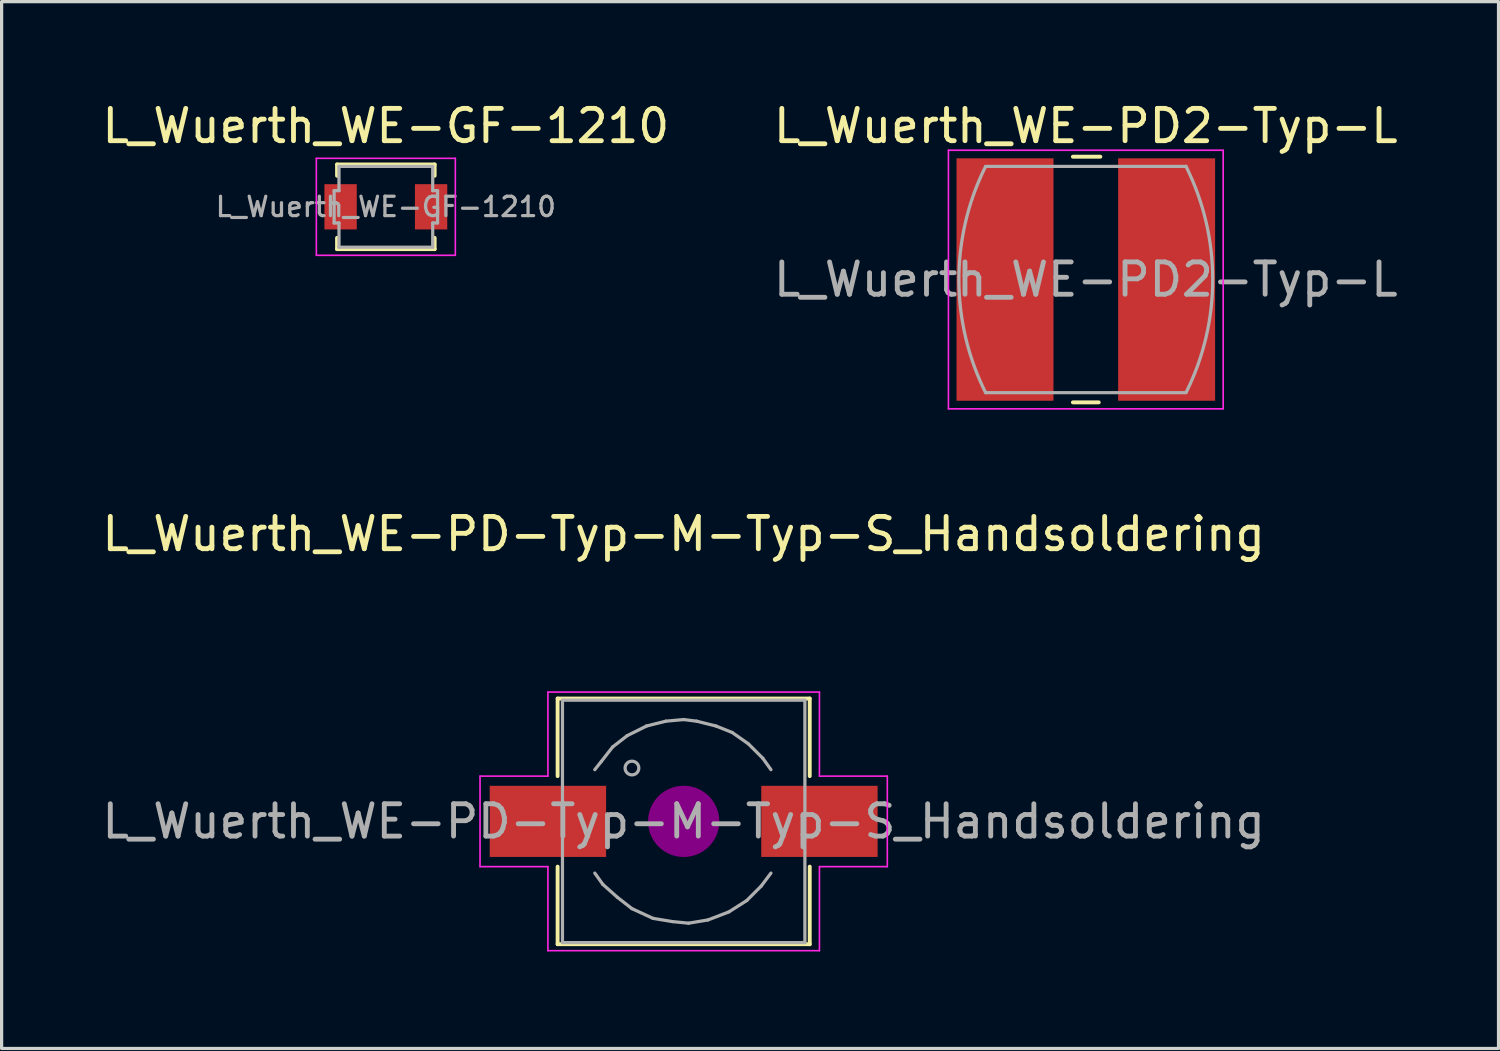
<source format=kicad_pcb>
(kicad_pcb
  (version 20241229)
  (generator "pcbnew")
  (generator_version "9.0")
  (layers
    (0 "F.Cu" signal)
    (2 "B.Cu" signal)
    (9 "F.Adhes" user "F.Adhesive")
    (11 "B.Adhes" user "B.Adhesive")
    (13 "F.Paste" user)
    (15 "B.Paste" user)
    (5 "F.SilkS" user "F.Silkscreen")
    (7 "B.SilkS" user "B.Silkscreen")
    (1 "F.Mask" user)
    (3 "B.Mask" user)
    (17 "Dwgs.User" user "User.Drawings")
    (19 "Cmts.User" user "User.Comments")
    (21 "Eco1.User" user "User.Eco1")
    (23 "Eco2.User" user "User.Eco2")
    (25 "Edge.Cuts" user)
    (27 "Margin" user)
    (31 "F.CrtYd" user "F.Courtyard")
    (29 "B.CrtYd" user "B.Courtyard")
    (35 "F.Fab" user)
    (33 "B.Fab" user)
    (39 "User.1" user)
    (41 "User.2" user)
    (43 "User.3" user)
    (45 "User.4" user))
  (footprint "L_Wuerth_WE-PD-Typ-M-Typ-S_Handsoldering"
    (layer "F.Cu")
    (at 18.101 22.361)
    (property "Reference" "L_Wuerth_WE-PD-Typ-M-Typ-S_Handsoldering" (at 0 -8.89 0) (layer "F.SilkS") (effects (font (size 1 1) (thickness 0.15))))
    (attr smd)
    (fp_line (start -3.9 -1.4) (end -3.9 -3.8) (stroke (width 0.12) (type solid)) (layer "F.SilkS"))
    (fp_line (start -3.9 1.4) (end -3.9 3.8) (stroke (width 0.12) (type solid)) (layer "F.SilkS"))
    (fp_line (start -3.9 3.8) (end 3.9 3.8) (stroke (width 0.12) (type solid)) (layer "F.SilkS"))
    (fp_line (start 3.9 -3.8) (end -3.9 -3.8) (stroke (width 0.12) (type solid)) (layer "F.SilkS"))
    (fp_line (start 3.9 -1.4) (end 3.9 -3.8) (stroke (width 0.12) (type solid)) (layer "F.SilkS"))
    (fp_line (start 3.9 3.8) (end 3.9 1.4) (stroke (width 0.12) (type solid)) (layer "F.SilkS"))
    (fp_circle (center 0 0) (end 0.15 0.15) (stroke (width 0.38) (type solid)) (fill no) (layer "F.Adhes"))
    (fp_circle (center 0 0) (end 0.55 0.05) (stroke (width 0.38) (type solid)) (fill no) (layer "F.Adhes"))
    (fp_circle (center 0 0) (end 0.9 0.15) (stroke (width 0.38) (type solid)) (fill no) (layer "F.Adhes"))
    (fp_line (start -6.3 -1.4) (end -6.3 1.4) (stroke (width 0.05) (type solid)) (layer "F.CrtYd"))
    (fp_line (start -6.3 1.4) (end -4.2 1.4) (stroke (width 0.05) (type solid)) (layer "F.CrtYd"))
    (fp_line (start -4.2 -4) (end -4.2 -1.4) (stroke (width 0.05) (type solid)) (layer "F.CrtYd"))
    (fp_line (start -4.2 -1.4) (end -6.3 -1.4) (stroke (width 0.05) (type solid)) (layer "F.CrtYd"))
    (fp_line (start -4.2 1.4) (end -4.2 4) (stroke (width 0.05) (type solid)) (layer "F.CrtYd"))
    (fp_line (start -4.2 4) (end 4.2 4) (stroke (width 0.05) (type solid)) (layer "F.CrtYd"))
    (fp_line (start 4.2 -4) (end -4.2 -4) (stroke (width 0.05) (type solid)) (layer "F.CrtYd"))
    (fp_line (start 4.2 -1.4) (end 4.2 -4) (stroke (width 0.05) (type solid)) (layer "F.CrtYd"))
    (fp_line (start 4.2 1.4) (end 6.3 1.4) (stroke (width 0.05) (type solid)) (layer "F.CrtYd"))
    (fp_line (start 4.2 4) (end 4.2 1.4) (stroke (width 0.05) (type solid)) (layer "F.CrtYd"))
    (fp_line (start 6.3 -1.4) (end 4.2 -1.4) (stroke (width 0.05) (type solid)) (layer "F.CrtYd"))
    (fp_line (start 6.3 1.4) (end 6.3 -1.4) (stroke (width 0.05) (type solid)) (layer "F.CrtYd"))
    (fp_line (start -3.75 -3.75) (end -3.75 3.75) (stroke (width 0.1) (type solid)) (layer "F.Fab"))
    (fp_line (start -3.75 3.75) (end 3.75 3.75) (stroke (width 0.1) (type solid)) (layer "F.Fab"))
    (fp_line (start -2.75 1.6) (end -2.5 1.95) (stroke (width 0.1) (type solid)) (layer "F.Fab"))
    (fp_line (start -2.55 -1.85) (end -2.75 -1.6) (stroke (width 0.1) (type solid)) (layer "F.Fab"))
    (fp_line (start -2.5 1.95) (end -2.05 2.35) (stroke (width 0.1) (type solid)) (layer "F.Fab"))
    (fp_line (start -2.2 -2.3) (end -2.55 -1.85) (stroke (width 0.1) (type solid)) (layer "F.Fab"))
    (fp_line (start -2.05 2.35) (end -1.6 2.7) (stroke (width 0.1) (type solid)) (layer "F.Fab"))
    (fp_line (start -1.75 -2.65) (end -2.2 -2.3) (stroke (width 0.1) (type solid)) (layer "F.Fab"))
    (fp_line (start -1.6 2.7) (end -0.95 3) (stroke (width 0.1) (type solid)) (layer "F.Fab"))
    (fp_line (start -1.15 -2.95) (end -1.75 -2.65) (stroke (width 0.1) (type solid)) (layer "F.Fab"))
    (fp_line (start -0.95 3) (end -0.35 3.1) (stroke (width 0.1) (type solid)) (layer "F.Fab"))
    (fp_line (start -0.55 -3.1) (end -1.15 -2.95) (stroke (width 0.1) (type solid)) (layer "F.Fab"))
    (fp_line (start -0.35 3.1) (end 0.15 3.15) (stroke (width 0.1) (type solid)) (layer "F.Fab"))
    (fp_line (start 0 -3.15) (end -0.55 -3.1) (stroke (width 0.1) (type solid)) (layer "F.Fab"))
    (fp_line (start 0.15 3.15) (end 0.75 3.05) (stroke (width 0.1) (type solid)) (layer "F.Fab"))
    (fp_line (start 0.4 -3.1) (end 0 -3.15) (stroke (width 0.1) (type solid)) (layer "F.Fab"))
    (fp_line (start 0.75 3.05) (end 1.4 2.8) (stroke (width 0.1) (type solid)) (layer "F.Fab"))
    (fp_line (start 1 -2.95) (end 0.4 -3.1) (stroke (width 0.1) (type solid)) (layer "F.Fab"))
    (fp_line (start 1.4 2.8) (end 1.95 2.45) (stroke (width 0.1) (type solid)) (layer "F.Fab"))
    (fp_line (start 1.5 -2.75) (end 1 -2.95) (stroke (width 0.1) (type solid)) (layer "F.Fab"))
    (fp_line (start 1.95 2.45) (end 2.4 2) (stroke (width 0.1) (type solid)) (layer "F.Fab"))
    (fp_line (start 2 -2.4) (end 1.5 -2.75) (stroke (width 0.1) (type solid)) (layer "F.Fab"))
    (fp_line (start 2.4 2) (end 2.7 1.6) (stroke (width 0.1) (type solid)) (layer "F.Fab"))
    (fp_line (start 2.45 -1.95) (end 2 -2.4) (stroke (width 0.1) (type solid)) (layer "F.Fab"))
    (fp_line (start 2.7 -1.6) (end 2.45 -1.95) (stroke (width 0.1) (type solid)) (layer "F.Fab"))
    (fp_line (start 3.75 -3.75) (end -3.75 -3.75) (stroke (width 0.1) (type solid)) (layer "F.Fab"))
    (fp_line (start 3.75 3.75) (end 3.75 -3.75) (stroke (width 0.1) (type solid)) (layer "F.Fab"))
    (fp_circle (center -1.6 -1.65) (end -1.45 -1.5) (stroke (width 0.1) (type solid)) (fill no) (layer "F.Fab"))
    (fp_text user "${REFERENCE}" (at 0 0 0) (layer "F.Fab") (effects (font (size 1 1) (thickness 0.15))))
    (pad "1" smd rect (at -4.2 0) (size 3.6 2.2) (layers "F.Cu" "F.Mask" "F.Paste"))
    (pad "2" smd rect (at 4.2 0) (size 3.6 2.2) (layers "F.Cu" "F.Mask" "F.Paste")))
  (footprint "L_Wuerth_WE-PD2-Typ-L"
    (layer "F.Cu")
    (at 30.542 5.598)
    (property "Reference" "L_Wuerth_WE-PD2-Typ-L" (at 0 -4.75 0) (layer "F.SilkS") (effects (font (size 1 1) (thickness 0.15))))
    (attr smd)
    (fp_line (start -0.4 -3.8) (end 0.45 -3.8) (stroke (width 0.12) (type solid)) (layer "F.SilkS"))
    (fp_line (start -0.4 3.8) (end 0.4 3.8) (stroke (width 0.12) (type solid)) (layer "F.SilkS"))
    (fp_line (start -4.25 -4) (end 4.25 -4) (stroke (width 0.05) (type solid)) (layer "F.CrtYd"))
    (fp_line (start -4.25 4) (end -4.25 -4) (stroke (width 0.05) (type solid)) (layer "F.CrtYd"))
    (fp_line (start 4.25 -4) (end 4.25 4) (stroke (width 0.05) (type solid)) (layer "F.CrtYd"))
    (fp_line (start 4.25 4) (end -4.25 4) (stroke (width 0.05) (type solid)) (layer "F.CrtYd"))
    (fp_line (start -3.1 3.5) (end 3.1 3.5) (stroke (width 0.1) (type solid)) (layer "F.Fab"))
    (fp_line (start 3.1 -3.5) (end -3.1 -3.5) (stroke (width 0.1) (type solid)) (layer "F.Fab"))
    (fp_arc (start -3.1 3.5) (mid -3.926233 0.008885) (end -3.107929 -3.484096) (stroke (width 0.1) (type solid)) (layer "F.Fab"))
    (fp_arc (start 3.1 -3.5) (mid 3.926233 -0.008885) (end 3.107929 3.484096) (stroke (width 0.1) (type solid)) (layer "F.Fab"))
    (fp_text user "${REFERENCE}" (at 0 0 0) (layer "F.Fab") (effects (font (size 1 1) (thickness 0.15))))
    (pad "1" smd rect (at -2.5 0) (size 3 7.5) (layers "F.Cu" "F.Mask" "F.Paste"))
    (pad "2" smd rect (at 2.5 0) (size 3 7.5) (layers "F.Cu" "F.Mask" "F.Paste")))
  (footprint "L_Wuerth_WE-GF-1210"
    (layer "F.Cu")
    (at 8.887 3.348)
    (property "Reference" "L_Wuerth_WE-GF-1210" (at 0 -2.5 0) (layer "F.SilkS") (effects (font (size 1 1) (thickness 0.15))))
    (attr smd)
    (fp_line (start -1.51 -1.31) (end -1.51 -0.96) (stroke (width 0.12) (type solid)) (layer "F.SilkS"))
    (fp_line (start -1.51 -1.31) (end 1.51 -1.31) (stroke (width 0.12) (type solid)) (layer "F.SilkS"))
    (fp_line (start -1.51 0.96) (end -1.51 1.31) (stroke (width 0.12) (type solid)) (layer "F.SilkS"))
    (fp_line (start -1.51 1.31) (end 1.51 1.31) (stroke (width 0.12) (type solid)) (layer "F.SilkS"))
    (fp_line (start 1.51 -1.31) (end 1.51 -0.96) (stroke (width 0.12) (type solid)) (layer "F.SilkS"))
    (fp_line (start 1.51 0.96) (end 1.51 1.31) (stroke (width 0.12) (type solid)) (layer "F.SilkS"))
    (fp_line (start -2.15 -1.5) (end -2.15 1.5) (stroke (width 0.05) (type solid)) (layer "F.CrtYd"))
    (fp_line (start -2.15 -1.5) (end 2.15 -1.5) (stroke (width 0.05) (type solid)) (layer "F.CrtYd"))
    (fp_line (start -2.15 1.5) (end 2.15 1.5) (stroke (width 0.05) (type solid)) (layer "F.CrtYd"))
    (fp_line (start 2.15 -1.5) (end 2.15 1.5) (stroke (width 0.05) (type solid)) (layer "F.CrtYd"))
    (fp_line (start -1.6 -0.5) (end -1.6 0.5) (stroke (width 0.1) (type solid)) (layer "F.Fab"))
    (fp_line (start -1.6 -0.5) (end -1.45 -0.5) (stroke (width 0.1) (type solid)) (layer "F.Fab"))
    (fp_line (start -1.45 -1.25) (end -1.45 -0.5) (stroke (width 0.1) (type solid)) (layer "F.Fab"))
    (fp_line (start -1.45 -1.25) (end 1.45 -1.25) (stroke (width 0.1) (type solid)) (layer "F.Fab"))
    (fp_line (start -1.45 0.5) (end -1.6 0.5) (stroke (width 0.1) (type solid)) (layer "F.Fab"))
    (fp_line (start -1.45 0.5) (end -1.45 1.25) (stroke (width 0.1) (type solid)) (layer "F.Fab"))
    (fp_line (start -1.45 1.25) (end 1.45 1.25) (stroke (width 0.1) (type solid)) (layer "F.Fab"))
    (fp_line (start 1.45 -1.25) (end 1.45 -0.5) (stroke (width 0.1) (type solid)) (layer "F.Fab"))
    (fp_line (start 1.45 -0.5) (end 1.6 -0.5) (stroke (width 0.1) (type solid)) (layer "F.Fab"))
    (fp_line (start 1.45 0.5) (end 1.45 1.25) (stroke (width 0.1) (type solid)) (layer "F.Fab"))
    (fp_line (start 1.6 -0.5) (end 1.6 0.5) (stroke (width 0.1) (type solid)) (layer "F.Fab"))
    (fp_line (start 1.6 0.5) (end 1.45 0.5) (stroke (width 0.1) (type solid)) (layer "F.Fab"))
    (fp_text user "${REFERENCE}" (at 0 0 0) (layer "F.Fab") (effects (font (size 0.6 0.6) (thickness 0.1))))
    (pad "1" smd rect (at -1.4 0) (size 1 1.4) (layers "F.Cu" "F.Mask" "F.Paste"))
    (pad "2" smd rect (at 1.4 0) (size 1 1.4) (layers "F.Cu" "F.Mask" "F.Paste")))
  (gr_rect
    (start -3 -3)
    (end 43.31 29.387)
    (stroke (width 0.1) (type default))
    (fill no)
    (layer "Edge.Cuts")))
</source>
